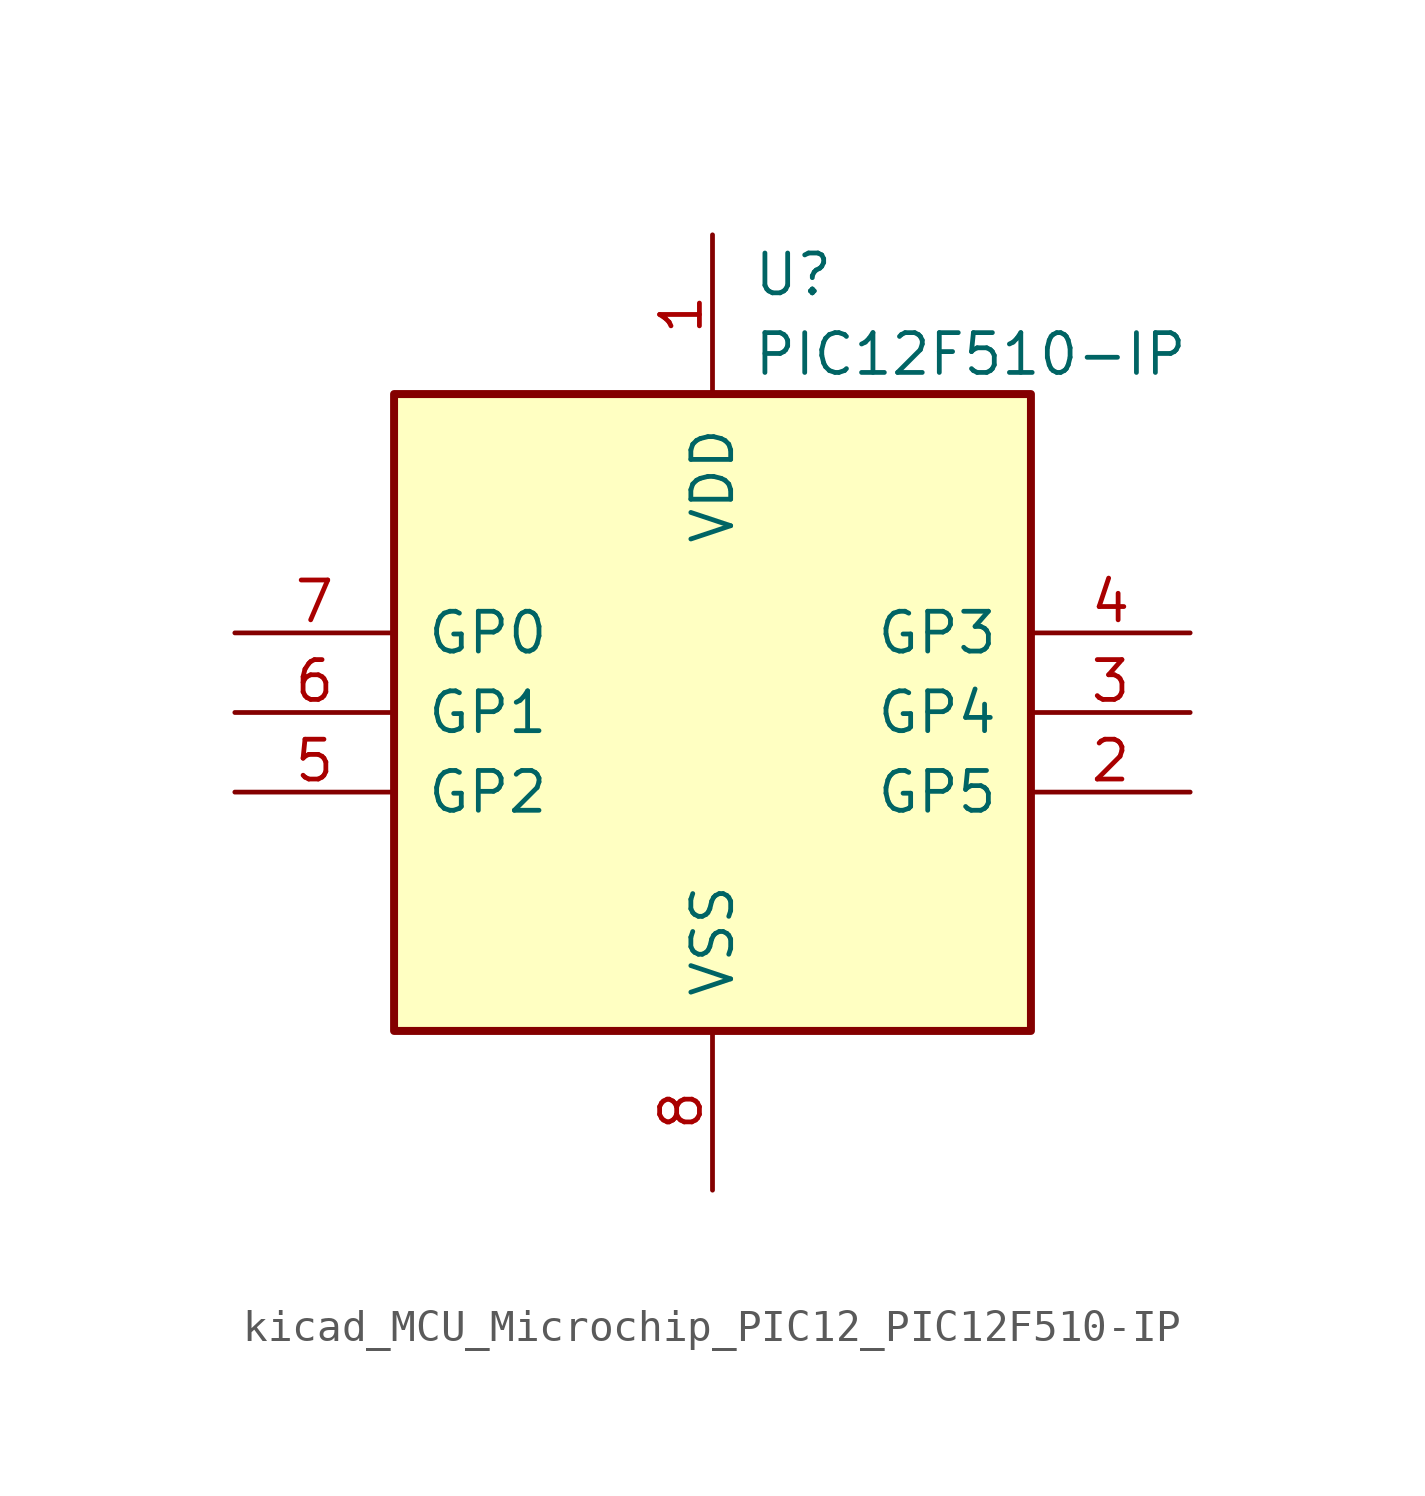
<source format=kicad_sym>
(kicad_symbol_lib
  (version 20220914)
  (generator kicad_symbol_editor)
  (symbol "kicad_MCU_Microchip_PIC12_PIC12F510-IP"
    (pin_names
      (offset 1.016))
    (property "Reference" "U"
      (at 1.27 13.97 0)
      (effects (font (size 1.27 1.27)) (justify left)))
    (property "Value" "PIC12F510-IP"
      (at 1.27 11.43 0)
      (effects (font (size 1.27 1.27)) (justify left)))
    (symbol "kicad_MCU_Microchip_PIC12_PIC12F510-IP_0_1"
      (rectangle (start 10.16 -10.16) (end -10.16 10.16) (stroke (width 0.254) (type default)) (fill (type background))))
    (symbol "kicad_MCU_Microchip_PIC12_PIC12F510-IP_1_1"
      (pin power_in line (at 0 15.24 270) (length 5.08) (name "VDD" (effects (font (size 1.27 1.27)))) (number "1" (effects (font (size 1.27 1.27)))))
      (pin bidirectional line (at 15.24 -2.54 180) (length 5.08) (name "GP5" (effects (font (size 1.27 1.27)))) (number "2" (effects (font (size 1.27 1.27)))))
      (pin bidirectional line (at 15.24 0 180) (length 5.08) (name "GP4" (effects (font (size 1.27 1.27)))) (number "3" (effects (font (size 1.27 1.27)))))
      (pin input line (at 15.24 2.54 180) (length 5.08) (name "GP3" (effects (font (size 1.27 1.27)))) (number "4" (effects (font (size 1.27 1.27)))))
      (pin bidirectional line (at -15.24 -2.54 0) (length 5.08) (name "GP2" (effects (font (size 1.27 1.27)))) (number "5" (effects (font (size 1.27 1.27)))))
      (pin bidirectional line (at -15.24 0 0) (length 5.08) (name "GP1" (effects (font (size 1.27 1.27)))) (number "6" (effects (font (size 1.27 1.27)))))
      (pin bidirectional line (at -15.24 2.54 0) (length 5.08) (name "GP0" (effects (font (size 1.27 1.27)))) (number "7" (effects (font (size 1.27 1.27)))))
      (pin power_in line (at 0 -15.24 90) (length 5.08) (name "VSS" (effects (font (size 1.27 1.27)))) (number "8" (effects (font (size 1.27 1.27))))))))
</source>
